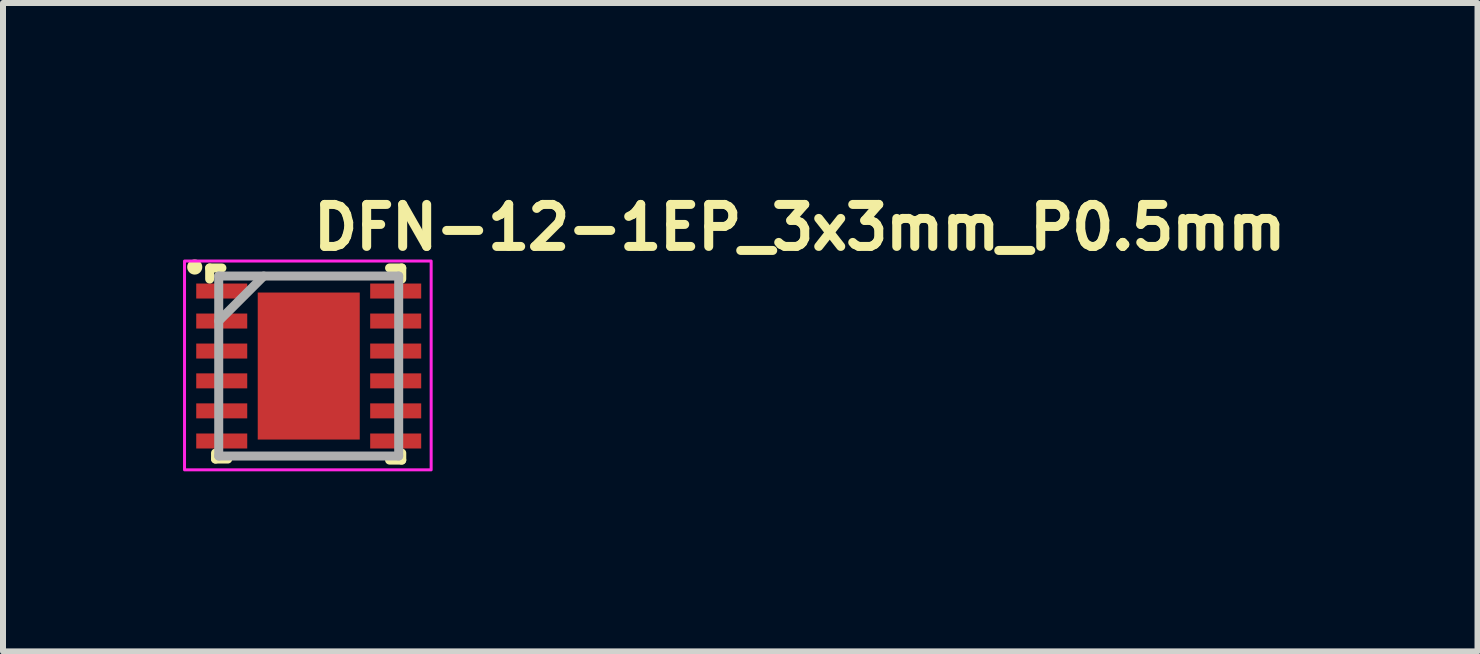
<source format=kicad_pcb>
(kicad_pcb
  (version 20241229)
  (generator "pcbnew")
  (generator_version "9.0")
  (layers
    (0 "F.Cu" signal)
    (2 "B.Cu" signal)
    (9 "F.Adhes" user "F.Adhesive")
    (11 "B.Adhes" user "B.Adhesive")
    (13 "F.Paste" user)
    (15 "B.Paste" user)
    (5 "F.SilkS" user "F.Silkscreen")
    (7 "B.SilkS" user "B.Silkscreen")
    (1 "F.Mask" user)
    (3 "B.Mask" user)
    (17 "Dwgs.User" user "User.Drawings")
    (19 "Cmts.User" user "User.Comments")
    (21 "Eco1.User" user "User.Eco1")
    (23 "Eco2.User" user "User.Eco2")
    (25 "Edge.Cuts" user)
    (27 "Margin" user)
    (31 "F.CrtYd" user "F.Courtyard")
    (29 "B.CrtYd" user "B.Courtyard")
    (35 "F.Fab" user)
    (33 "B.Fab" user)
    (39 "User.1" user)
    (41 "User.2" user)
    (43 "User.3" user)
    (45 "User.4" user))
  (footprint "DFN-12-1EP_3x3mm_P0.5mm"
    (layer "F.Cu")
    (at 2.095 3.05)
    (property "Reference" "DFN-12-1EP_3x3mm_P0.5mm" (at 0 -1.9 0) (layer "F.SilkS") (effects (font (size 0.7 0.7) (thickness 0.15)) (justify left bottom)))
    (attr smd)
    (fp_line (start -1.651 -1.634) (end -1.651 -1.45) (stroke (width 0.15) (type solid)) (layer "F.SilkS"))
    (fp_line (start -1.651 -1.634) (end -1.447 -1.634) (stroke (width 0.15) (type solid)) (layer "F.SilkS"))
    (fp_line (start -1.553 1.55) (end -1.553 1.45) (stroke (width 0.15) (type solid)) (layer "F.SilkS"))
    (fp_line (start -1.35 1.55) (end -1.553 1.55) (stroke (width 0.15) (type solid)) (layer "F.SilkS"))
    (fp_line (start 1.55 -1.634) (end 1.347 -1.634) (stroke (width 0.15) (type solid)) (layer "F.SilkS"))
    (fp_line (start 1.55 -1.634) (end 1.55 -1.45) (stroke (width 0.15) (type solid)) (layer "F.SilkS"))
    (fp_line (start 1.55 1.567) (end 1.347 1.567) (stroke (width 0.15) (type solid)) (layer "F.SilkS"))
    (fp_line (start 1.55 1.567) (end 1.55 1.45) (stroke (width 0.15) (type solid)) (layer "F.SilkS"))
    (fp_circle (center -1.9 -1.65) (end -1.849 -1.65) (stroke (width 0.15) (type solid)) (fill yes) (layer "F.SilkS"))
    (fp_rect (start -0.725 -1) (end -0.176 -0.201) (stroke (width 0.05) (type solid)) (fill yes) (layer "F.Paste"))
    (fp_rect (start -0.725 0.2) (end -0.176 0.999) (stroke (width 0.05) (type solid)) (fill yes) (layer "F.Paste"))
    (fp_rect (start 0.175 -1) (end 0.724 -0.201) (stroke (width 0.05) (type solid)) (fill yes) (layer "F.Paste"))
    (fp_rect (start 0.175 0.2) (end 0.724 0.999) (stroke (width 0.05) (type solid)) (fill yes) (layer "F.Paste"))
    (fp_rect (start -2.07 -1.75) (end 2.04 1.73) (stroke (width 0.05) (type solid)) (fill no) (layer "F.CrtYd"))
    (fp_line (start -1.5 -1.5) (end 1.499 -1.5) (stroke (width 0.15) (type solid)) (layer "F.Fab"))
    (fp_line (start -1.5 -0.75) (end -0.75 -1.5) (stroke (width 0.15) (type solid)) (layer "F.Fab"))
    (fp_line (start -1.5 1.499) (end -1.5 -1.5) (stroke (width 0.15) (type solid)) (layer "F.Fab"))
    (fp_line (start 1.499 -1.5) (end 1.499 1.499) (stroke (width 0.15) (type solid)) (layer "F.Fab"))
    (fp_line (start 1.499 1.499) (end -1.5 1.499) (stroke (width 0.15) (type solid)) (layer "F.Fab"))
    (fp_rect (start -1.551 -1.5) (end 1.55 1.499) (stroke (width 0.1) (type solid)) (fill no) (layer "User.5"))
    (fp_rect (start -1.551 -1.5) (end 1.55 1.499) (stroke (width 0.1) (type solid)) (fill no) (layer "User.5"))
    (fp_line (start -1.551 -1.365) (end -1.5 -1.365) (stroke (width 0.02) (type solid)) (layer "User.9"))
    (fp_line (start -1.551 -1.135) (end -1.551 -1.365) (stroke (width 0.02) (type solid)) (layer "User.9"))
    (fp_line (start -1.551 -1.135) (end -1.5 -1.135) (stroke (width 0.02) (type solid)) (layer "User.9"))
    (fp_line (start -1.551 -0.865) (end -1.5 -0.865) (stroke (width 0.02) (type solid)) (layer "User.9"))
    (fp_line (start -1.551 -0.635) (end -1.551 -0.865) (stroke (width 0.02) (type solid)) (layer "User.9"))
    (fp_line (start -1.551 -0.635) (end -1.5 -0.635) (stroke (width 0.02) (type solid)) (layer "User.9"))
    (fp_line (start -1.551 -0.365) (end -1.5 -0.365) (stroke (width 0.02) (type solid)) (layer "User.9"))
    (fp_line (start -1.551 -0.138) (end -1.551 -0.365) (stroke (width 0.02) (type solid)) (layer "User.9"))
    (fp_line (start -1.551 -0.138) (end -1.5 -0.138) (stroke (width 0.02) (type solid)) (layer "User.9"))
    (fp_line (start -1.551 0.135) (end -1.5 0.135) (stroke (width 0.02) (type solid)) (layer "User.9"))
    (fp_line (start -1.551 0.362) (end -1.551 0.135) (stroke (width 0.02) (type solid)) (layer "User.9"))
    (fp_line (start -1.551 0.362) (end -1.5 0.362) (stroke (width 0.02) (type solid)) (layer "User.9"))
    (fp_line (start -1.551 0.632) (end -1.5 0.632) (stroke (width 0.02) (type solid)) (layer "User.9"))
    (fp_line (start -1.551 0.862) (end -1.551 0.632) (stroke (width 0.02) (type solid)) (layer "User.9"))
    (fp_line (start -1.551 0.862) (end -1.5 0.862) (stroke (width 0.02) (type solid)) (layer "User.9"))
    (fp_line (start -1.551 1.134) (end -1.5 1.134) (stroke (width 0.02) (type solid)) (layer "User.9"))
    (fp_line (start -1.551 1.296) (end -1.602 1.296) (stroke (width 0.02) (type solid)) (layer "User.9"))
    (fp_line (start -1.551 1.364) (end -1.551 1.134) (stroke (width 0.02) (type solid)) (layer "User.9"))
    (fp_line (start -1.551 1.364) (end -1.5 1.364) (stroke (width 0.02) (type solid)) (layer "User.9"))
    (fp_line (start -1.5 -1.5) (end 1.499 -1.5) (stroke (width 0.02) (type solid)) (layer "User.9"))
    (fp_line (start -1.5 1.499) (end -1.5 -1.5) (stroke (width 0.02) (type solid)) (layer "User.9"))
    (fp_line (start -1.5 1.499) (end 1.499 1.499) (stroke (width 0.02) (type solid)) (layer "User.9"))
    (fp_line (start -1.313 -1.145) (end -1.313 -1.135) (stroke (width 0.02) (type solid)) (layer "User.9"))
    (fp_line (start -1.313 -1.135) (end -1.313 -1.125) (stroke (width 0.02) (type solid)) (layer "User.9"))
    (fp_line (start -1.313 -1.125) (end -1.313 -1.125) (stroke (width 0.02) (type solid)) (layer "User.9"))
    (fp_line (start -1.313 -1.125) (end -1.313 -1.117) (stroke (width 0.02) (type solid)) (layer "User.9"))
    (fp_line (start -1.313 -1.117) (end -1.313 -1.107) (stroke (width 0.02) (type solid)) (layer "User.9"))
    (fp_line (start -1.313 -1.107) (end -1.311 -1.097) (stroke (width 0.02) (type solid)) (layer "User.9"))
    (fp_line (start -1.311 -1.154) (end -1.313 -1.145) (stroke (width 0.02) (type solid)) (layer "User.9"))
    (fp_line (start -1.311 -1.097) (end -1.309 -1.089) (stroke (width 0.02) (type solid)) (layer "User.9"))
    (fp_line (start -1.309 -1.164) (end -1.311 -1.154) (stroke (width 0.02) (type solid)) (layer "User.9"))
    (fp_line (start -1.309 -1.089) (end -1.307 -1.079) (stroke (width 0.02) (type solid)) (layer "User.9"))
    (fp_line (start -1.307 -1.172) (end -1.309 -1.164) (stroke (width 0.02) (type solid)) (layer "User.9"))
    (fp_line (start -1.307 -1.079) (end -1.305 -1.071) (stroke (width 0.02) (type solid)) (layer "User.9"))
    (fp_line (start -1.305 -1.182) (end -1.307 -1.172) (stroke (width 0.02) (type solid)) (layer "User.9"))
    (fp_line (start -1.305 -1.071) (end -1.303 -1.061) (stroke (width 0.02) (type solid)) (layer "User.9"))
    (fp_line (start -1.303 -1.19) (end -1.305 -1.182) (stroke (width 0.02) (type solid)) (layer "User.9"))
    (fp_line (start -1.303 -1.061) (end -1.299 -1.053) (stroke (width 0.02) (type solid)) (layer "User.9"))
    (fp_line (start -1.299 -1.198) (end -1.303 -1.19) (stroke (width 0.02) (type solid)) (layer "User.9"))
    (fp_line (start -1.299 -1.053) (end -1.295 -1.045) (stroke (width 0.02) (type solid)) (layer "User.9"))
    (fp_line (start -1.295 -1.208) (end -1.299 -1.198) (stroke (width 0.02) (type solid)) (layer "User.9"))
    (fp_line (start -1.295 -1.045) (end -1.291 -1.037) (stroke (width 0.02) (type solid)) (layer "User.9"))
    (fp_line (start -1.291 -1.216) (end -1.295 -1.208) (stroke (width 0.02) (type solid)) (layer "User.9"))
    (fp_line (start -1.291 -1.037) (end -1.287 -1.029) (stroke (width 0.02) (type solid)) (layer "User.9"))
    (fp_line (start -1.287 -1.224) (end -1.291 -1.216) (stroke (width 0.02) (type solid)) (layer "User.9"))
    (fp_line (start -1.287 -1.029) (end -1.281 -1.022) (stroke (width 0.02) (type solid)) (layer "User.9"))
    (fp_line (start -1.281 -1.23) (end -1.287 -1.224) (stroke (width 0.02) (type solid)) (layer "User.9"))
    (fp_line (start -1.281 -1.022) (end -1.276 -1.014) (stroke (width 0.02) (type solid)) (layer "User.9"))
    (fp_line (start -1.276 -1.238) (end -1.281 -1.23) (stroke (width 0.02) (type solid)) (layer "User.9"))
    (fp_line (start -1.276 -1.014) (end -1.27 -1.006) (stroke (width 0.02) (type solid)) (layer "User.9"))
    (fp_line (start -1.27 -1.246) (end -1.276 -1.238) (stroke (width 0.02) (type solid)) (layer "User.9"))
    (fp_line (start -1.27 -1.006) (end -1.264 -0.999) (stroke (width 0.02) (type solid)) (layer "User.9"))
    (fp_line (start -1.264 -1.252) (end -1.27 -1.246) (stroke (width 0.02) (type solid)) (layer "User.9"))
    (fp_line (start -1.264 -0.999) (end -1.258 -0.993) (stroke (width 0.02) (type solid)) (layer "User.9"))
    (fp_line (start -1.258 -1.258) (end -1.264 -1.252) (stroke (width 0.02) (type solid)) (layer "User.9"))
    (fp_line (start -1.258 -0.993) (end -1.252 -0.987) (stroke (width 0.02) (type solid)) (layer "User.9"))
    (fp_line (start -1.252 -1.264) (end -1.258 -1.258) (stroke (width 0.02) (type solid)) (layer "User.9"))
    (fp_line (start -1.252 -0.987) (end -1.246 -0.981) (stroke (width 0.02) (type solid)) (layer "User.9"))
    (fp_line (start -1.246 -1.27) (end -1.252 -1.264) (stroke (width 0.02) (type solid)) (layer "User.9"))
    (fp_line (start -1.246 -0.981) (end -1.238 -0.975) (stroke (width 0.02) (type solid)) (layer "User.9"))
    (fp_line (start -1.238 -1.276) (end -1.246 -1.27) (stroke (width 0.02) (type solid)) (layer "User.9"))
    (fp_line (start -1.238 -0.975) (end -1.23 -0.97) (stroke (width 0.02) (type solid)) (layer "User.9"))
    (fp_line (start -1.23 -1.281) (end -1.238 -1.276) (stroke (width 0.02) (type solid)) (layer "User.9"))
    (fp_line (start -1.23 -0.97) (end -1.224 -0.965) (stroke (width 0.02) (type solid)) (layer "User.9"))
    (fp_line (start -1.224 -1.287) (end -1.23 -1.281) (stroke (width 0.02) (type solid)) (layer "User.9"))
    (fp_line (start -1.224 -0.965) (end -1.216 -0.961) (stroke (width 0.02) (type solid)) (layer "User.9"))
    (fp_line (start -1.216 -1.291) (end -1.224 -1.287) (stroke (width 0.02) (type solid)) (layer "User.9"))
    (fp_line (start -1.216 -0.961) (end -1.208 -0.958) (stroke (width 0.02) (type solid)) (layer "User.9"))
    (fp_line (start -1.208 -1.295) (end -1.216 -1.291) (stroke (width 0.02) (type solid)) (layer "User.9"))
    (fp_line (start -1.208 -0.958) (end -1.198 -0.955) (stroke (width 0.02) (type solid)) (layer "User.9"))
    (fp_line (start -1.198 -1.299) (end -1.208 -1.295) (stroke (width 0.02) (type solid)) (layer "User.9"))
    (fp_line (start -1.198 -0.955) (end -1.19 -0.951) (stroke (width 0.02) (type solid)) (layer "User.9"))
    (fp_line (start -1.19 -1.303) (end -1.198 -1.299) (stroke (width 0.02) (type solid)) (layer "User.9"))
    (fp_line (start -1.19 -0.951) (end -1.182 -0.948) (stroke (width 0.02) (type solid)) (layer "User.9"))
    (fp_line (start -1.182 -1.305) (end -1.19 -1.303) (stroke (width 0.02) (type solid)) (layer "User.9"))
    (fp_line (start -1.182 -0.948) (end -1.172 -0.946) (stroke (width 0.02) (type solid)) (layer "User.9"))
    (fp_line (start -1.172 -1.307) (end -1.182 -1.305) (stroke (width 0.02) (type solid)) (layer "User.9"))
    (fp_line (start -1.172 -0.946) (end -1.164 -0.944) (stroke (width 0.02) (type solid)) (layer "User.9"))
    (fp_line (start -1.164 -1.309) (end -1.172 -1.307) (stroke (width 0.02) (type solid)) (layer "User.9"))
    (fp_line (start -1.164 -0.944) (end -1.154 -0.942) (stroke (width 0.02) (type solid)) (layer "User.9"))
    (fp_line (start -1.154 -1.311) (end -1.164 -1.309) (stroke (width 0.02) (type solid)) (layer "User.9"))
    (fp_line (start -1.154 -0.942) (end -1.145 -0.941) (stroke (width 0.02) (type solid)) (layer "User.9"))
    (fp_line (start -1.145 -1.313) (end -1.154 -1.311) (stroke (width 0.02) (type solid)) (layer "User.9"))
    (fp_line (start -1.145 -0.941) (end -1.135 -0.94) (stroke (width 0.02) (type solid)) (layer "User.9"))
    (fp_line (start -1.135 -1.313) (end -1.145 -1.313) (stroke (width 0.02) (type solid)) (layer "User.9"))
    (fp_line (start -1.135 -0.94) (end -1.125 -0.94) (stroke (width 0.02) (type solid)) (layer "User.9"))
    (fp_line (start -1.125 -1.313) (end -1.135 -1.313) (stroke (width 0.02) (type solid)) (layer "User.9"))
    (fp_line (start -1.125 -1.313) (end -1.125 -1.313) (stroke (width 0.02) (type solid)) (layer "User.9"))
    (fp_line (start -1.125 -0.94) (end -1.125 -0.94) (stroke (width 0.02) (type solid)) (layer "User.9"))
    (fp_line (start -1.125 -0.94) (end -1.117 -0.94) (stroke (width 0.02) (type solid)) (layer "User.9"))
    (fp_line (start -1.117 -1.313) (end -1.125 -1.313) (stroke (width 0.02) (type solid)) (layer "User.9"))
    (fp_line (start -1.117 -0.94) (end -1.107 -0.941) (stroke (width 0.02) (type solid)) (layer "User.9"))
    (fp_line (start -1.107 -1.313) (end -1.117 -1.313) (stroke (width 0.02) (type solid)) (layer "User.9"))
    (fp_line (start -1.107 -0.941) (end -1.097 -0.942) (stroke (width 0.02) (type solid)) (layer "User.9"))
    (fp_line (start -1.097 -1.311) (end -1.107 -1.313) (stroke (width 0.02) (type solid)) (layer "User.9"))
    (fp_line (start -1.097 -0.942) (end -1.089 -0.944) (stroke (width 0.02) (type solid)) (layer "User.9"))
    (fp_line (start -1.089 -1.309) (end -1.097 -1.311) (stroke (width 0.02) (type solid)) (layer "User.9"))
    (fp_line (start -1.089 -0.944) (end -1.079 -0.946) (stroke (width 0.02) (type solid)) (layer "User.9"))
    (fp_line (start -1.079 -1.307) (end -1.089 -1.309) (stroke (width 0.02) (type solid)) (layer "User.9"))
    (fp_line (start -1.079 -0.946) (end -1.071 -0.948) (stroke (width 0.02) (type solid)) (layer "User.9"))
    (fp_line (start -1.071 -1.305) (end -1.079 -1.307) (stroke (width 0.02) (type solid)) (layer "User.9"))
    (fp_line (start -1.071 -0.948) (end -1.061 -0.951) (stroke (width 0.02) (type solid)) (layer "User.9"))
    (fp_line (start -1.061 -1.303) (end -1.071 -1.305) (stroke (width 0.02) (type solid)) (layer "User.9"))
    (fp_line (start -1.061 -0.951) (end -1.053 -0.955) (stroke (width 0.02) (type solid)) (layer "User.9"))
    (fp_line (start -1.053 -1.299) (end -1.061 -1.303) (stroke (width 0.02) (type solid)) (layer "User.9"))
    (fp_line (start -1.053 -0.955) (end -1.045 -0.958) (stroke (width 0.02) (type solid)) (layer "User.9"))
    (fp_line (start -1.045 -1.295) (end -1.053 -1.299) (stroke (width 0.02) (type solid)) (layer "User.9"))
    (fp_line (start -1.045 -0.958) (end -1.037 -0.961) (stroke (width 0.02) (type solid)) (layer "User.9"))
    (fp_line (start -1.037 -1.291) (end -1.045 -1.295) (stroke (width 0.02) (type solid)) (layer "User.9"))
    (fp_line (start -1.037 -0.961) (end -1.029 -0.965) (stroke (width 0.02) (type solid)) (layer "User.9"))
    (fp_line (start -1.029 -1.287) (end -1.037 -1.291) (stroke (width 0.02) (type solid)) (layer "User.9"))
    (fp_line (start -1.029 -0.965) (end -1.022 -0.97) (stroke (width 0.02) (type solid)) (layer "User.9"))
    (fp_line (start -1.022 -1.281) (end -1.029 -1.287) (stroke (width 0.02) (type solid)) (layer "User.9"))
    (fp_line (start -1.022 -0.97) (end -1.014 -0.975) (stroke (width 0.02) (type solid)) (layer "User.9"))
    (fp_line (start -1.014 -1.276) (end -1.022 -1.281) (stroke (width 0.02) (type solid)) (layer "User.9"))
    (fp_line (start -1.014 -0.975) (end -1.006 -0.981) (stroke (width 0.02) (type solid)) (layer "User.9"))
    (fp_line (start -1.006 -1.27) (end -1.014 -1.276) (stroke (width 0.02) (type solid)) (layer "User.9"))
    (fp_line (start -1.006 -0.981) (end -0.999 -0.987) (stroke (width 0.02) (type solid)) (layer "User.9"))
    (fp_line (start -0.999 -1.264) (end -1.006 -1.27) (stroke (width 0.02) (type solid)) (layer "User.9"))
    (fp_line (start -0.999 -0.987) (end -0.993 -0.993) (stroke (width 0.02) (type solid)) (layer "User.9"))
    (fp_line (start -0.993 -1.258) (end -0.999 -1.264) (stroke (width 0.02) (type solid)) (layer "User.9"))
    (fp_line (start -0.993 -0.993) (end -0.987 -0.999) (stroke (width 0.02) (type solid)) (layer "User.9"))
    (fp_line (start -0.987 -1.252) (end -0.993 -1.258) (stroke (width 0.02) (type solid)) (layer "User.9"))
    (fp_line (start -0.987 -0.999) (end -0.981 -1.006) (stroke (width 0.02) (type solid)) (layer "User.9"))
    (fp_line (start -0.981 -1.246) (end -0.987 -1.252) (stroke (width 0.02) (type solid)) (layer "User.9"))
    (fp_line (start -0.981 -1.006) (end -0.975 -1.014) (stroke (width 0.02) (type solid)) (layer "User.9"))
    (fp_line (start -0.975 -1.238) (end -0.981 -1.246) (stroke (width 0.02) (type solid)) (layer "User.9"))
    (fp_line (start -0.975 -1.014) (end -0.97 -1.022) (stroke (width 0.02) (type solid)) (layer "User.9"))
    (fp_line (start -0.97 -1.23) (end -0.975 -1.238) (stroke (width 0.02) (type solid)) (layer "User.9"))
    (fp_line (start -0.97 -1.022) (end -0.965 -1.029) (stroke (width 0.02) (type solid)) (layer "User.9"))
    (fp_line (start -0.965 -1.224) (end -0.97 -1.23) (stroke (width 0.02) (type solid)) (layer "User.9"))
    (fp_line (start -0.965 -1.029) (end -0.961 -1.037) (stroke (width 0.02) (type solid)) (layer "User.9"))
    (fp_line (start -0.961 -1.216) (end -0.965 -1.224) (stroke (width 0.02) (type solid)) (layer "User.9"))
    (fp_line (start -0.961 -1.037) (end -0.958 -1.045) (stroke (width 0.02) (type solid)) (layer "User.9"))
    (fp_line (start -0.958 -1.208) (end -0.961 -1.216) (stroke (width 0.02) (type solid)) (layer "User.9"))
    (fp_line (start -0.958 -1.045) (end -0.955 -1.053) (stroke (width 0.02) (type solid)) (layer "User.9"))
    (fp_line (start -0.955 -1.198) (end -0.958 -1.208) (stroke (width 0.02) (type solid)) (layer "User.9"))
    (fp_line (start -0.955 -1.053) (end -0.951 -1.061) (stroke (width 0.02) (type solid)) (layer "User.9"))
    (fp_line (start -0.951 -1.19) (end -0.955 -1.198) (stroke (width 0.02) (type solid)) (layer "User.9"))
    (fp_line (start -0.951 -1.061) (end -0.948 -1.071) (stroke (width 0.02) (type solid)) (layer "User.9"))
    (fp_line (start -0.948 -1.182) (end -0.951 -1.19) (stroke (width 0.02) (type solid)) (layer "User.9"))
    (fp_line (start -0.948 -1.071) (end -0.946 -1.079) (stroke (width 0.02) (type solid)) (layer "User.9"))
    (fp_line (start -0.946 -1.172) (end -0.948 -1.182) (stroke (width 0.02) (type solid)) (layer "User.9"))
    (fp_line (start -0.946 -1.079) (end -0.944 -1.089) (stroke (width 0.02) (type solid)) (layer "User.9"))
    (fp_line (start -0.944 -1.164) (end -0.946 -1.172) (stroke (width 0.02) (type solid)) (layer "User.9"))
    (fp_line (start -0.944 -1.089) (end -0.942 -1.097) (stroke (width 0.02) (type solid)) (layer "User.9"))
    (fp_line (start -0.942 -1.154) (end -0.944 -1.164) (stroke (width 0.02) (type solid)) (layer "User.9"))
    (fp_line (start -0.942 -1.097) (end -0.941 -1.107) (stroke (width 0.02) (type solid)) (layer "User.9"))
    (fp_line (start -0.941 -1.145) (end -0.942 -1.154) (stroke (width 0.02) (type solid)) (layer "User.9"))
    (fp_line (start -0.941 -1.107) (end -0.94 -1.117) (stroke (width 0.02) (type solid)) (layer "User.9"))
    (fp_line (start -0.94 -1.135) (end -0.941 -1.145) (stroke (width 0.02) (type solid)) (layer "User.9"))
    (fp_line (start -0.94 -1.125) (end -0.94 -1.135) (stroke (width 0.02) (type solid)) (layer "User.9"))
    (fp_line (start -0.94 -1.125) (end -0.94 -1.125) (stroke (width 0.02) (type solid)) (layer "User.9"))
    (fp_line (start -0.94 -1.125) (end -0.94 -1.125) (stroke (width 0.02) (type solid)) (layer "User.9"))
    (fp_line (start -0.94 -1.117) (end -0.94 -1.125) (stroke (width 0.02) (type solid)) (layer "User.9"))
    (fp_line (start 1.499 1.499) (end 1.499 -1.5) (stroke (width 0.02) (type solid)) (layer "User.9"))
    (fp_line (start 1.55 -1.365) (end 1.499 -1.365) (stroke (width 0.02) (type solid)) (layer "User.9"))
    (fp_line (start 1.55 -1.135) (end 1.499 -1.135) (stroke (width 0.02) (type solid)) (layer "User.9"))
    (fp_line (start 1.55 -1.135) (end 1.55 -1.365) (stroke (width 0.02) (type solid)) (layer "User.9"))
    (fp_line (start 1.55 -0.865) (end 1.499 -0.865) (stroke (width 0.02) (type solid)) (layer "User.9"))
    (fp_line (start 1.55 -0.635) (end 1.499 -0.635) (stroke (width 0.02) (type solid)) (layer "User.9"))
    (fp_line (start 1.55 -0.635) (end 1.55 -0.865) (stroke (width 0.02) (type solid)) (layer "User.9"))
    (fp_line (start 1.55 -0.365) (end 1.499 -0.365) (stroke (width 0.02) (type solid)) (layer "User.9"))
    (fp_line (start 1.55 -0.138) (end 1.499 -0.138) (stroke (width 0.02) (type solid)) (layer "User.9"))
    (fp_line (start 1.55 -0.138) (end 1.55 -0.365) (stroke (width 0.02) (type solid)) (layer "User.9"))
    (fp_line (start 1.55 0.135) (end 1.499 0.135) (stroke (width 0.02) (type solid)) (layer "User.9"))
    (fp_line (start 1.55 0.362) (end 1.499 0.362) (stroke (width 0.02) (type solid)) (layer "User.9"))
    (fp_line (start 1.55 0.362) (end 1.55 0.135) (stroke (width 0.02) (type solid)) (layer "User.9"))
    (fp_line (start 1.55 0.632) (end 1.499 0.632) (stroke (width 0.02) (type solid)) (layer "User.9"))
    (fp_line (start 1.55 0.862) (end 1.499 0.862) (stroke (width 0.02) (type solid)) (layer "User.9"))
    (fp_line (start 1.55 0.862) (end 1.55 0.632) (stroke (width 0.02) (type solid)) (layer "User.9"))
    (fp_line (start 1.55 1.134) (end 1.499 1.134) (stroke (width 0.02) (type solid)) (layer "User.9"))
    (fp_line (start 1.55 1.364) (end 1.499 1.364) (stroke (width 0.02) (type solid)) (layer "User.9"))
    (fp_line (start 1.55 1.364) (end 1.55 1.134) (stroke (width 0.02) (type solid)) (layer "User.9"))
    (pad "1" smd rect (at -1.45 -1.25 90) (size 0.25 0.85) (layers "F.Cu" "F.Mask" "F.Paste"))
    (pad "2" smd rect (at -1.45 -0.75 90) (size 0.25 0.85) (layers "F.Cu" "F.Mask" "F.Paste"))
    (pad "3" smd rect (at -1.45 -0.25 90) (size 0.25 0.85) (layers "F.Cu" "F.Mask" "F.Paste"))
    (pad "4" smd rect (at -1.45 0.247 90) (size 0.25 0.85) (layers "F.Cu" "F.Mask" "F.Paste"))
    (pad "5" smd rect (at -1.45 0.747 90) (size 0.25 0.85) (layers "F.Cu" "F.Mask" "F.Paste"))
    (pad "6" smd rect (at -1.45 1.249 90) (size 0.25 0.85) (layers "F.Cu" "F.Mask" "F.Paste"))
    (pad "7" smd rect (at 1.449 1.249 90) (size 0.25 0.85) (layers "F.Cu" "F.Mask" "F.Paste"))
    (pad "8" smd rect (at 1.449 0.747 90) (size 0.25 0.85) (layers "F.Cu" "F.Mask" "F.Paste"))
    (pad "9" smd rect (at 1.449 0.247 90) (size 0.25 0.85) (layers "F.Cu" "F.Mask" "F.Paste"))
    (pad "10" smd rect (at 1.449 -0.25 90) (size 0.25 0.85) (layers "F.Cu" "F.Mask" "F.Paste"))
    (pad "11" smd rect (at 1.449 -0.75 90) (size 0.25 0.85) (layers "F.Cu" "F.Mask" "F.Paste"))
    (pad "12" smd rect (at 1.449 -1.25 90) (size 0.25 0.85) (layers "F.Cu" "F.Mask" "F.Paste"))
    (pad "13" smd rect (at 0 0) (size 1.7 2.45) (layers "F.Cu" "F.Mask")))
  (gr_rect
    (start -3 -3)
    (end 21.572 7.805)
    (stroke (width 0.1) (type default))
    (fill no)
    (layer "Edge.Cuts")))
</source>
